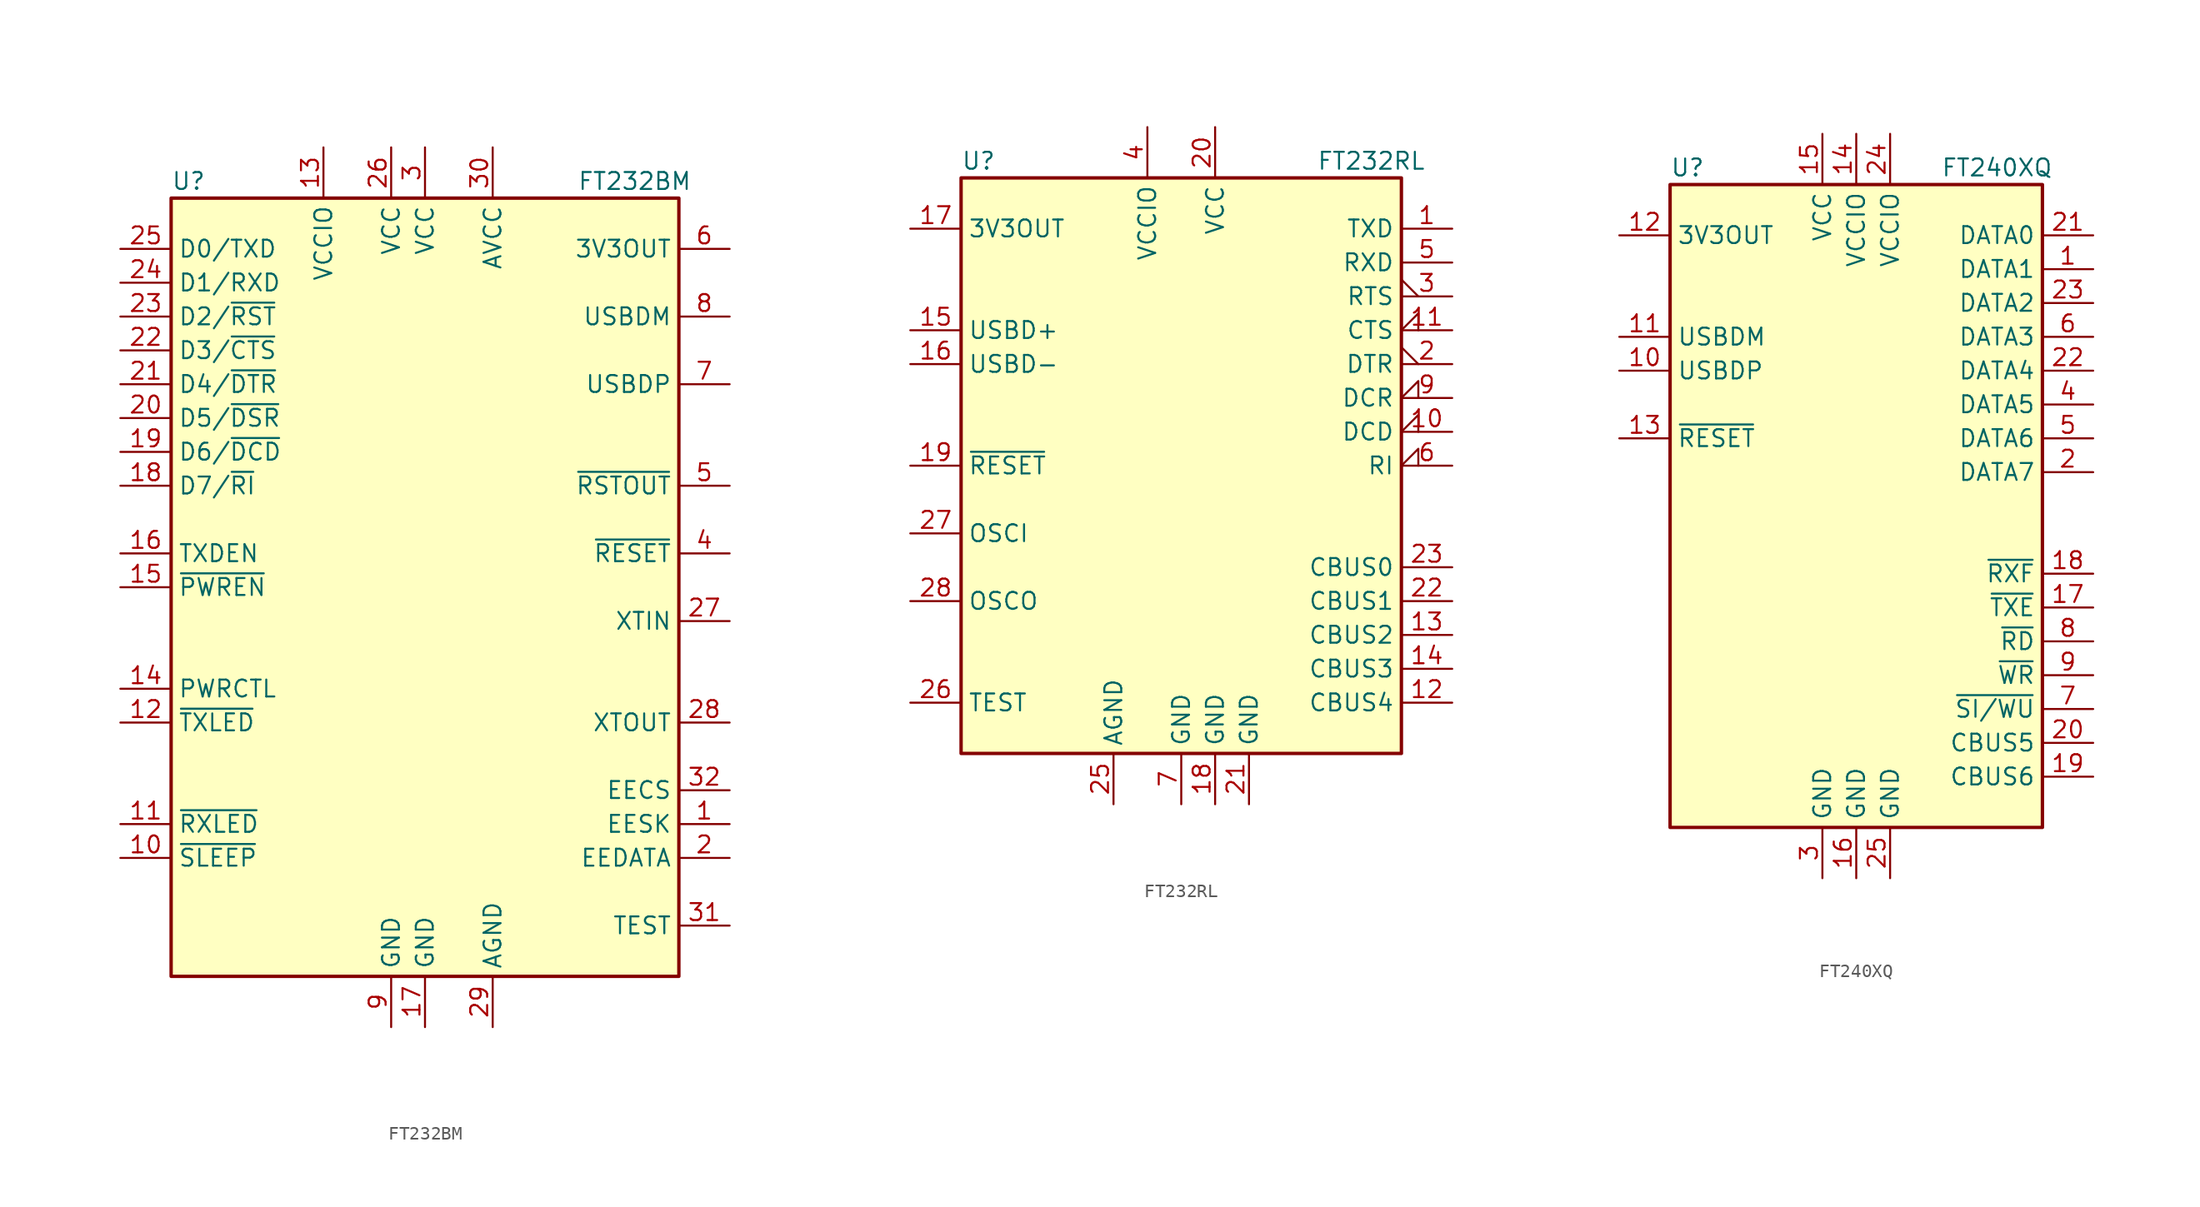
<source format=kicad_sym>
(kicad_symbol_lib
  (version 20201005)
  (generator kicad_symbol_editor)
  (symbol "FT232BM"
    (property "Reference" "U"
      (at -19.05 30.48 0)
      (effects (font (size 1.27 1.27)) (justify left)))
    (property "Value" "FT232BM"
      (at 11.43 30.48 0)
      (effects (font (size 1.27 1.27)) (justify left)))
    (symbol "FT232BM_0_1"
      (rectangle (start -19.05 29.21) (end 19.05 -29.21) (stroke (width 0.254)) (fill (type background))))
    (symbol "FT232BM_1_1"
      (pin output line (at 22.86 -17.78 180) (length 3.81) (name "EESK" (effects (font (size 1.27 1.27)))) (number "1" (effects (font (size 1.27 1.27)))))
      (pin output line (at -22.86 -20.32 0) (length 3.81) (name "~SLEEP" (effects (font (size 1.27 1.27)))) (number "10" (effects (font (size 1.27 1.27)))))
      (pin open_collector line (at -22.86 -17.78 0) (length 3.81) (name "~RXLED" (effects (font (size 1.27 1.27)))) (number "11" (effects (font (size 1.27 1.27)))))
      (pin open_collector line (at -22.86 -10.16 0) (length 3.81) (name "~TXLED" (effects (font (size 1.27 1.27)))) (number "12" (effects (font (size 1.27 1.27)))))
      (pin power_in line (at -7.62 33.02 270) (length 3.81) (name "VCCIO" (effects (font (size 1.27 1.27)))) (number "13" (effects (font (size 1.27 1.27)))))
      (pin input line (at -22.86 -7.62 0) (length 3.81) (name "PWRCTL" (effects (font (size 1.27 1.27)))) (number "14" (effects (font (size 1.27 1.27)))))
      (pin output line (at -22.86 0 0) (length 3.81) (name "~PWREN" (effects (font (size 1.27 1.27)))) (number "15" (effects (font (size 1.27 1.27)))))
      (pin output line (at -22.86 2.54 0) (length 3.81) (name "TXDEN" (effects (font (size 1.27 1.27)))) (number "16" (effects (font (size 1.27 1.27)))))
      (pin power_in line (at 0 -33.02 90) (length 3.81) (name "GND" (effects (font (size 1.27 1.27)))) (number "17" (effects (font (size 1.27 1.27)))))
      (pin bidirectional line (at -22.86 7.62 0) (length 3.81) (name "D7/~RI" (effects (font (size 1.27 1.27)))) (number "18" (effects (font (size 1.27 1.27)))))
      (pin bidirectional line (at -22.86 10.16 0) (length 3.81) (name "D6/~DCD" (effects (font (size 1.27 1.27)))) (number "19" (effects (font (size 1.27 1.27)))))
      (pin bidirectional line (at 22.86 -20.32 180) (length 3.81) (name "EEDATA" (effects (font (size 1.27 1.27)))) (number "2" (effects (font (size 1.27 1.27)))))
      (pin bidirectional line (at -22.86 12.7 0) (length 3.81) (name "D5/~DSR" (effects (font (size 1.27 1.27)))) (number "20" (effects (font (size 1.27 1.27)))))
      (pin bidirectional line (at -22.86 15.24 0) (length 3.81) (name "D4/~DTR" (effects (font (size 1.27 1.27)))) (number "21" (effects (font (size 1.27 1.27)))))
      (pin bidirectional line (at -22.86 17.78 0) (length 3.81) (name "D3/~CTS" (effects (font (size 1.27 1.27)))) (number "22" (effects (font (size 1.27 1.27)))))
      (pin bidirectional line (at -22.86 20.32 0) (length 3.81) (name "D2/~RST" (effects (font (size 1.27 1.27)))) (number "23" (effects (font (size 1.27 1.27)))))
      (pin bidirectional line (at -22.86 22.86 0) (length 3.81) (name "D1/RXD" (effects (font (size 1.27 1.27)))) (number "24" (effects (font (size 1.27 1.27)))))
      (pin bidirectional line (at -22.86 25.4 0) (length 3.81) (name "D0/TXD" (effects (font (size 1.27 1.27)))) (number "25" (effects (font (size 1.27 1.27)))))
      (pin power_in line (at -2.54 33.02 270) (length 3.81) (name "VCC" (effects (font (size 1.27 1.27)))) (number "26" (effects (font (size 1.27 1.27)))))
      (pin input line (at 22.86 -2.54 180) (length 3.81) (name "XTIN" (effects (font (size 1.27 1.27)))) (number "27" (effects (font (size 1.27 1.27)))))
      (pin output line (at 22.86 -10.16 180) (length 3.81) (name "XTOUT" (effects (font (size 1.27 1.27)))) (number "28" (effects (font (size 1.27 1.27)))))
      (pin power_in line (at 5.08 -33.02 90) (length 3.81) (name "AGND" (effects (font (size 1.27 1.27)))) (number "29" (effects (font (size 1.27 1.27)))))
      (pin power_in line (at 0 33.02 270) (length 3.81) (name "VCC" (effects (font (size 1.27 1.27)))) (number "3" (effects (font (size 1.27 1.27)))))
      (pin power_in line (at 5.08 33.02 270) (length 3.81) (name "AVCC" (effects (font (size 1.27 1.27)))) (number "30" (effects (font (size 1.27 1.27)))))
      (pin input line (at 22.86 -25.4 180) (length 3.81) (name "TEST" (effects (font (size 1.27 1.27)))) (number "31" (effects (font (size 1.27 1.27)))))
      (pin bidirectional line (at 22.86 -15.24 180) (length 3.81) (name "EECS" (effects (font (size 1.27 1.27)))) (number "32" (effects (font (size 1.27 1.27)))))
      (pin input line (at 22.86 2.54 180) (length 3.81) (name "~RESET" (effects (font (size 1.27 1.27)))) (number "4" (effects (font (size 1.27 1.27)))))
      (pin output line (at 22.86 7.62 180) (length 3.81) (name "~RSTOUT" (effects (font (size 1.27 1.27)))) (number "5" (effects (font (size 1.27 1.27)))))
      (pin power_out line (at 22.86 25.4 180) (length 3.81) (name "3V3OUT" (effects (font (size 1.27 1.27)))) (number "6" (effects (font (size 1.27 1.27)))))
      (pin bidirectional line (at 22.86 15.24 180) (length 3.81) (name "USBDP" (effects (font (size 1.27 1.27)))) (number "7" (effects (font (size 1.27 1.27)))))
      (pin bidirectional line (at 22.86 20.32 180) (length 3.81) (name "USBDM" (effects (font (size 1.27 1.27)))) (number "8" (effects (font (size 1.27 1.27)))))
      (pin power_in line (at -2.54 -33.02 90) (length 3.81) (name "GND" (effects (font (size 1.27 1.27)))) (number "9" (effects (font (size 1.27 1.27)))))))
  (symbol "FT232RL"
    (property "Reference" "U"
      (at -16.51 22.86 0)
      (effects (font (size 1.27 1.27)) (justify left)))
    (property "Value" "FT232RL"
      (at 10.16 22.86 0)
      (effects (font (size 1.27 1.27)) (justify left)))
    (symbol "FT232RL_0_1"
      (rectangle (start -16.51 21.59) (end 16.51 -21.59) (stroke (width 0.254)) (fill (type background))))
    (symbol "FT232RL_1_1"
      (pin output line (at 20.32 17.78 180) (length 3.81) (name "TXD" (effects (font (size 1.27 1.27)))) (number "1" (effects (font (size 1.27 1.27)))))
      (pin input input_low (at 20.32 2.54 180) (length 3.81) (name "DCD" (effects (font (size 1.27 1.27)))) (number "10" (effects (font (size 1.27 1.27)))))
      (pin input input_low (at 20.32 10.16 180) (length 3.81) (name "CTS" (effects (font (size 1.27 1.27)))) (number "11" (effects (font (size 1.27 1.27)))))
      (pin bidirectional line (at 20.32 -17.78 180) (length 3.81) (name "CBUS4" (effects (font (size 1.27 1.27)))) (number "12" (effects (font (size 1.27 1.27)))))
      (pin bidirectional line (at 20.32 -12.7 180) (length 3.81) (name "CBUS2" (effects (font (size 1.27 1.27)))) (number "13" (effects (font (size 1.27 1.27)))))
      (pin bidirectional line (at 20.32 -15.24 180) (length 3.81) (name "CBUS3" (effects (font (size 1.27 1.27)))) (number "14" (effects (font (size 1.27 1.27)))))
      (pin bidirectional line (at -20.32 10.16 0) (length 3.81) (name "USBD+" (effects (font (size 1.27 1.27)))) (number "15" (effects (font (size 1.27 1.27)))))
      (pin bidirectional line (at -20.32 7.62 0) (length 3.81) (name "USBD-" (effects (font (size 1.27 1.27)))) (number "16" (effects (font (size 1.27 1.27)))))
      (pin power_out line (at -20.32 17.78 0) (length 3.81) (name "3V3OUT" (effects (font (size 1.27 1.27)))) (number "17" (effects (font (size 1.27 1.27)))))
      (pin power_in line (at 2.54 -25.4 90) (length 3.81) (name "GND" (effects (font (size 1.27 1.27)))) (number "18" (effects (font (size 1.27 1.27)))))
      (pin input line (at -20.32 0 0) (length 3.81) (name "~RESET~" (effects (font (size 1.27 1.27)))) (number "19" (effects (font (size 1.27 1.27)))))
      (pin output output_low (at 20.32 7.62 180) (length 3.81) (name "DTR" (effects (font (size 1.27 1.27)))) (number "2" (effects (font (size 1.27 1.27)))))
      (pin power_in line (at 2.54 25.4 270) (length 3.81) (name "VCC" (effects (font (size 1.27 1.27)))) (number "20" (effects (font (size 1.27 1.27)))))
      (pin power_in line (at 5.08 -25.4 90) (length 3.81) (name "GND" (effects (font (size 1.27 1.27)))) (number "21" (effects (font (size 1.27 1.27)))))
      (pin bidirectional line (at 20.32 -10.16 180) (length 3.81) (name "CBUS1" (effects (font (size 1.27 1.27)))) (number "22" (effects (font (size 1.27 1.27)))))
      (pin bidirectional line (at 20.32 -7.62 180) (length 3.81) (name "CBUS0" (effects (font (size 1.27 1.27)))) (number "23" (effects (font (size 1.27 1.27)))))
      (pin power_in line (at -5.08 -25.4 90) (length 3.81) (name "AGND" (effects (font (size 1.27 1.27)))) (number "25" (effects (font (size 1.27 1.27)))))
      (pin input line (at -20.32 -17.78 0) (length 3.81) (name "TEST" (effects (font (size 1.27 1.27)))) (number "26" (effects (font (size 1.27 1.27)))))
      (pin input line (at -20.32 -5.08 0) (length 3.81) (name "OSCI" (effects (font (size 1.27 1.27)))) (number "27" (effects (font (size 1.27 1.27)))))
      (pin output line (at -20.32 -10.16 0) (length 3.81) (name "OSCO" (effects (font (size 1.27 1.27)))) (number "28" (effects (font (size 1.27 1.27)))))
      (pin output output_low (at 20.32 12.7 180) (length 3.81) (name "RTS" (effects (font (size 1.27 1.27)))) (number "3" (effects (font (size 1.27 1.27)))))
      (pin power_in line (at -2.54 25.4 270) (length 3.81) (name "VCCIO" (effects (font (size 1.27 1.27)))) (number "4" (effects (font (size 1.27 1.27)))))
      (pin input line (at 20.32 15.24 180) (length 3.81) (name "RXD" (effects (font (size 1.27 1.27)))) (number "5" (effects (font (size 1.27 1.27)))))
      (pin input input_low (at 20.32 0 180) (length 3.81) (name "RI" (effects (font (size 1.27 1.27)))) (number "6" (effects (font (size 1.27 1.27)))))
      (pin power_in line (at 0 -25.4 90) (length 3.81) (name "GND" (effects (font (size 1.27 1.27)))) (number "7" (effects (font (size 1.27 1.27)))))
      (pin input input_low (at 20.32 5.08 180) (length 3.81) (name "DCR" (effects (font (size 1.27 1.27)))) (number "9" (effects (font (size 1.27 1.27)))))))
  (symbol "FT240XQ"
    (property "Reference" "U"
      (at -13.97 25.4 0)
      (effects (font (size 1.27 1.27)) (justify left)))
    (property "Value" "FT240XQ"
      (at 6.35 25.4 0)
      (effects (font (size 1.27 1.27)) (justify left)))
    (symbol "FT240XQ_0_1"
      (rectangle (start 13.97 -24.13) (end -13.97 24.13) (stroke (width 0.254)) (fill (type background))))
    (symbol "FT240XQ_1_1"
      (pin bidirectional line (at 17.78 17.78 180) (length 3.81) (name "DATA1" (effects (font (size 1.27 1.27)))) (number "1" (effects (font (size 1.27 1.27)))))
      (pin bidirectional line (at -17.78 10.16 0) (length 3.81) (name "USBDP" (effects (font (size 1.27 1.27)))) (number "10" (effects (font (size 1.27 1.27)))))
      (pin bidirectional line (at -17.78 12.7 0) (length 3.81) (name "USBDM" (effects (font (size 1.27 1.27)))) (number "11" (effects (font (size 1.27 1.27)))))
      (pin power_out line (at -17.78 20.32 0) (length 3.81) (name "3V3OUT" (effects (font (size 1.27 1.27)))) (number "12" (effects (font (size 1.27 1.27)))))
      (pin input line (at -17.78 5.08 0) (length 3.81) (name "~RESET" (effects (font (size 1.27 1.27)))) (number "13" (effects (font (size 1.27 1.27)))))
      (pin power_in line (at 0 27.94 270) (length 3.81) (name "VCCIO" (effects (font (size 1.27 1.27)))) (number "14" (effects (font (size 1.27 1.27)))))
      (pin power_in line (at -2.54 27.94 270) (length 3.81) (name "VCC" (effects (font (size 1.27 1.27)))) (number "15" (effects (font (size 1.27 1.27)))))
      (pin power_in line (at 0 -27.94 90) (length 3.81) (name "GND" (effects (font (size 1.27 1.27)))) (number "16" (effects (font (size 1.27 1.27)))))
      (pin output line (at 17.78 -7.62 180) (length 3.81) (name "~TXE" (effects (font (size 1.27 1.27)))) (number "17" (effects (font (size 1.27 1.27)))))
      (pin output line (at 17.78 -5.08 180) (length 3.81) (name "~RXF" (effects (font (size 1.27 1.27)))) (number "18" (effects (font (size 1.27 1.27)))))
      (pin bidirectional line (at 17.78 -20.32 180) (length 3.81) (name "CBUS6" (effects (font (size 1.27 1.27)))) (number "19" (effects (font (size 1.27 1.27)))))
      (pin bidirectional line (at 17.78 2.54 180) (length 3.81) (name "DATA7" (effects (font (size 1.27 1.27)))) (number "2" (effects (font (size 1.27 1.27)))))
      (pin bidirectional line (at 17.78 -17.78 180) (length 3.81) (name "CBUS5" (effects (font (size 1.27 1.27)))) (number "20" (effects (font (size 1.27 1.27)))))
      (pin bidirectional line (at 17.78 20.32 180) (length 3.81) (name "DATA0" (effects (font (size 1.27 1.27)))) (number "21" (effects (font (size 1.27 1.27)))))
      (pin bidirectional line (at 17.78 10.16 180) (length 3.81) (name "DATA4" (effects (font (size 1.27 1.27)))) (number "22" (effects (font (size 1.27 1.27)))))
      (pin bidirectional line (at 17.78 15.24 180) (length 3.81) (name "DATA2" (effects (font (size 1.27 1.27)))) (number "23" (effects (font (size 1.27 1.27)))))
      (pin power_in line (at 2.54 27.94 270) (length 3.81) (name "VCCIO" (effects (font (size 1.27 1.27)))) (number "24" (effects (font (size 1.27 1.27)))))
      (pin power_in line (at 2.54 -27.94 90) (length 3.81) (name "GND" (effects (font (size 1.27 1.27)))) (number "25" (effects (font (size 1.27 1.27)))))
      (pin power_in line (at -2.54 -27.94 90) (length 3.81) (name "GND" (effects (font (size 1.27 1.27)))) (number "3" (effects (font (size 1.27 1.27)))))
      (pin bidirectional line (at 17.78 7.62 180) (length 3.81) (name "DATA5" (effects (font (size 1.27 1.27)))) (number "4" (effects (font (size 1.27 1.27)))))
      (pin bidirectional line (at 17.78 5.08 180) (length 3.81) (name "DATA6" (effects (font (size 1.27 1.27)))) (number "5" (effects (font (size 1.27 1.27)))))
      (pin bidirectional line (at 17.78 12.7 180) (length 3.81) (name "DATA3" (effects (font (size 1.27 1.27)))) (number "6" (effects (font (size 1.27 1.27)))))
      (pin input line (at 17.78 -15.24 180) (length 3.81) (name "~SI/WU" (effects (font (size 1.27 1.27)))) (number "7" (effects (font (size 1.27 1.27)))))
      (pin input line (at 17.78 -10.16 180) (length 3.81) (name "~RD" (effects (font (size 1.27 1.27)))) (number "8" (effects (font (size 1.27 1.27)))))
      (pin input line (at 17.78 -12.7 180) (length 3.81) (name "~WR" (effects (font (size 1.27 1.27)))) (number "9" (effects (font (size 1.27 1.27))))))))
</source>
